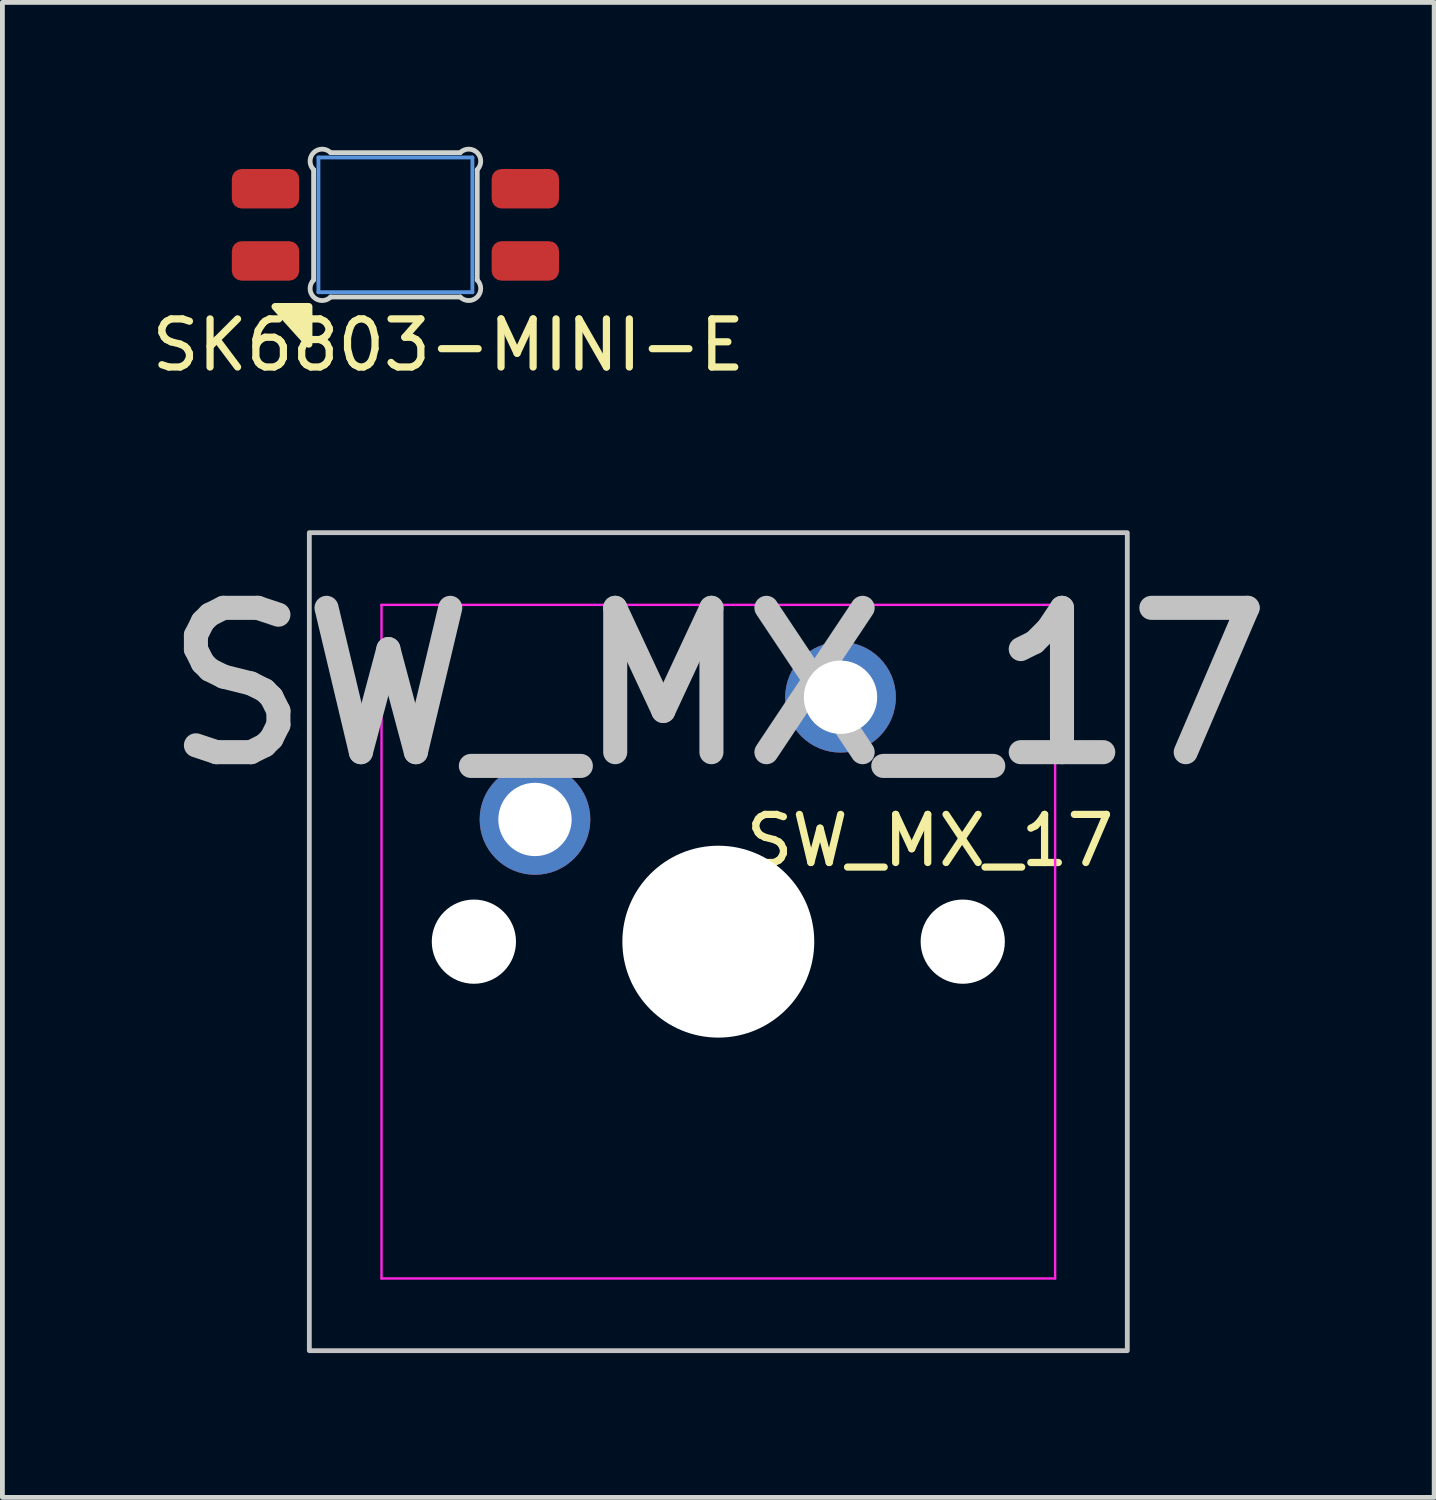
<source format=kicad_pcb>
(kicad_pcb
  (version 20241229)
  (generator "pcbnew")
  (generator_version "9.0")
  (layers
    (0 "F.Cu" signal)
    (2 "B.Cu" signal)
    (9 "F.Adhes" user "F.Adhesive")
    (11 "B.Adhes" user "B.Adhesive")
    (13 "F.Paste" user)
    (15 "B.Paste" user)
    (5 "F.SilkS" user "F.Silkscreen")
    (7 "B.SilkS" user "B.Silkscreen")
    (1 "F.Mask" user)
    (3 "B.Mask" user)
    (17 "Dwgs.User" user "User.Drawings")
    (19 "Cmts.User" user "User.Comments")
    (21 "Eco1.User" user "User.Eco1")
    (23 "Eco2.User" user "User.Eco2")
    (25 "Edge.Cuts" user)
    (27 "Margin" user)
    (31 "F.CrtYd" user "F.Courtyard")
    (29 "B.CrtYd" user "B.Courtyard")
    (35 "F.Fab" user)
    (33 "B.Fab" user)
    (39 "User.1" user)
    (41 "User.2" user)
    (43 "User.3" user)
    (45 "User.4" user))
  (footprint "SW_MX_17"
    (layer "F.Cu")
    (at 11.879 16.521)
    (property "Reference" "SW_MX_17" (at 4.4 -2.1 180) (layer "F.SilkS") (effects (font (size 1 1) (thickness 0.15))))
    (attr through_hole exclude_from_pos_files dnp)
    (fp_poly (pts (xy -8.5 -8.5) (xy 8.5 -8.5) (xy 8.5 8.5) (xy -8.5 8.5)) (stroke (width 0.1) (type default)) (fill no) (layer "Dwgs.User"))
    (fp_line (start -7 6.5) (end -7 -6.5) (stroke (width 0.05) (type solid)) (layer "Eco2.User"))
    (fp_line (start -6.5 -7) (end 6.5 -7) (stroke (width 0.05) (type solid)) (layer "Eco2.User"))
    (fp_line (start 6.5 7) (end -6.5 7) (stroke (width 0.05) (type solid)) (layer "Eco2.User"))
    (fp_line (start 7 -6.5) (end 7 6.5) (stroke (width 0.05) (type solid)) (layer "Eco2.User"))
    (fp_arc (start -7 -6.5) (mid -6.853553 -6.853553) (end -6.5 -7) (stroke (width 0.05) (type solid)) (layer "Eco2.User"))
    (fp_arc (start -6.5 7) (mid -6.853553 6.853553) (end -7 6.5) (stroke (width 0.05) (type solid)) (layer "Eco2.User"))
    (fp_arc (start 6.5 -7) (mid 6.853553 -6.853553) (end 7 -6.5) (stroke (width 0.05) (type solid)) (layer "Eco2.User"))
    (fp_arc (start 6.997236 6.498884) (mid 6.85079 6.852437) (end 6.497236 6.998884) (stroke (width 0.05) (type solid)) (layer "Eco2.User"))
    (fp_line (start -7 -7) (end -7 7) (stroke (width 0.05) (type solid)) (layer "F.CrtYd"))
    (fp_line (start -7 7) (end 7 7) (stroke (width 0.05) (type solid)) (layer "F.CrtYd"))
    (fp_line (start 7 -7) (end -7 -7) (stroke (width 0.05) (type solid)) (layer "F.CrtYd"))
    (fp_line (start 7 7) (end 7 -7) (stroke (width 0.05) (type solid)) (layer "F.CrtYd"))
    (fp_text user "${REFERENCE}" (at 0 -5.3 180) (layer "Dwgs.User") (effects (font (size 3 3) (thickness 0.5))))
    (pad "" np_thru_hole circle (at -5.08 0) (size 1.75 1.75) (drill 1.75) (layers "*.Cu" "*.Mask"))
    (pad "" np_thru_hole circle (at 0 0) (size 3.988 3.988) (drill 3.988) (layers "*.Cu" "*.Mask"))
    (pad "" np_thru_hole circle (at 5.08 0) (size 1.75 1.75) (drill 1.75) (layers "*.Cu" "*.Mask"))
    (pad "1" thru_hole circle (at -3.81 -2.54) (size 2.3 2.3) (drill 1.524) (layers "*.Cu" "B.Mask"))
    (pad "2" thru_hole circle (at 2.54 -5.08) (size 2.3 2.3) (drill 1.524) (layers "*.Cu" "B.Mask")))
  (footprint "SK6803-MINI-E"
    (layer "F.Cu")
    (at 5.168 1.623)
    (property "Reference" "SK6803-MINI-E" (at 1.1 2.5 0) (layer "F.SilkS") (effects (font (size 1 1) (thickness 0.15))))
    (attr smd)
    (fp_poly (pts (xy -2.5 1.7) (xy -1.8 1.7) (xy -1.8 2.478)) (stroke (width 0.15) (type solid)) (fill yes) (layer "F.SilkS"))
    (fp_line (start -1.6 -1.4) (end 1.6 -1.4) (stroke (width 0.08) (type solid)) (layer "Cmts.User"))
    (fp_line (start -1.6 1.4) (end -1.6 -1.4) (stroke (width 0.08) (type solid)) (layer "Cmts.User"))
    (fp_line (start 1.6 -1.4) (end 1.6 1.4) (stroke (width 0.08) (type solid)) (layer "Cmts.User"))
    (fp_line (start 1.6 1.4) (end -1.6 1.4) (stroke (width 0.08) (type solid)) (layer "Cmts.User"))
    (fp_line (start -1.7 -1.146) (end -1.7 1.146) (stroke (width 0.1) (type default)) (layer "Edge.Cuts"))
    (fp_line (start -1.346 -1.5) (end 1.346 -1.5) (stroke (width 0.1) (type default)) (layer "Edge.Cuts"))
    (fp_line (start -1.346 1.5) (end 1.346 1.5) (stroke (width 0.1) (type default)) (layer "Edge.Cuts"))
    (fp_line (start 1.7 -1.146) (end 1.7 1.146) (stroke (width 0.1) (type default)) (layer "Edge.Cuts"))
    (fp_arc (start -1.7 -1.146447) (mid -1.700001 -1.5) (end -1.346447 -1.500001) (stroke (width 0.1) (type default)) (layer "Edge.Cuts"))
    (fp_arc (start -1.346447 1.500001) (mid -1.700001 1.500002) (end -1.7 1.146448) (stroke (width 0.1) (type default)) (layer "Edge.Cuts"))
    (fp_arc (start 1.346447 -1.500001) (mid 1.700001 -1.500001) (end 1.7 -1.146448) (stroke (width 0.1) (type default)) (layer "Edge.Cuts"))
    (fp_arc (start 1.7 1.146447) (mid 1.700001 1.5) (end 1.346447 1.500001) (stroke (width 0.1) (type default)) (layer "Edge.Cuts"))
    (fp_text user "DOUT" (at 0.7 1 0) (layer "User.1") (effects (font (size 0.4 0.4) (thickness 0.1))))
    (fp_text user "VDD" (at 0.95 -1 0) (layer "User.1") (effects (font (size 0.4 0.4) (thickness 0.1))))
    (fp_text user "VSS" (at -0.9 1 0) (layer "User.1") (effects (font (size 0.4 0.4) (thickness 0.1))))
    (fp_text user "DIN" (at -1 -1 0) (layer "User.1") (effects (font (size 0.4 0.4) (thickness 0.1))))
    (pad "1" smd roundrect (at 2.7 -0.75 180) (size 1.4 0.82) (layers "F.Cu" "F.Mask" "F.Paste") (roundrect_rratio 0.25))
    (pad "2" smd roundrect (at 2.7 0.75 180) (size 1.4 0.82) (layers "F.Cu" "F.Mask" "F.Paste") (roundrect_rratio 0.25))
    (pad "3" smd roundrect (at -2.7 -0.75 180) (size 1.4 0.82) (layers "F.Cu" "F.Mask" "F.Paste") (roundrect_rratio 0.25))
    (pad "4" smd roundrect (at -2.7 0.75 180) (size 1.4 0.82) (layers "F.Cu" "F.Mask" "F.Paste") (roundrect_rratio 0.25)))
  (gr_rect
    (start -3 -3)
    (end 26.757 28.071)
    (stroke (width 0.1) (type default))
    (fill no)
    (layer "Edge.Cuts")))
</source>
